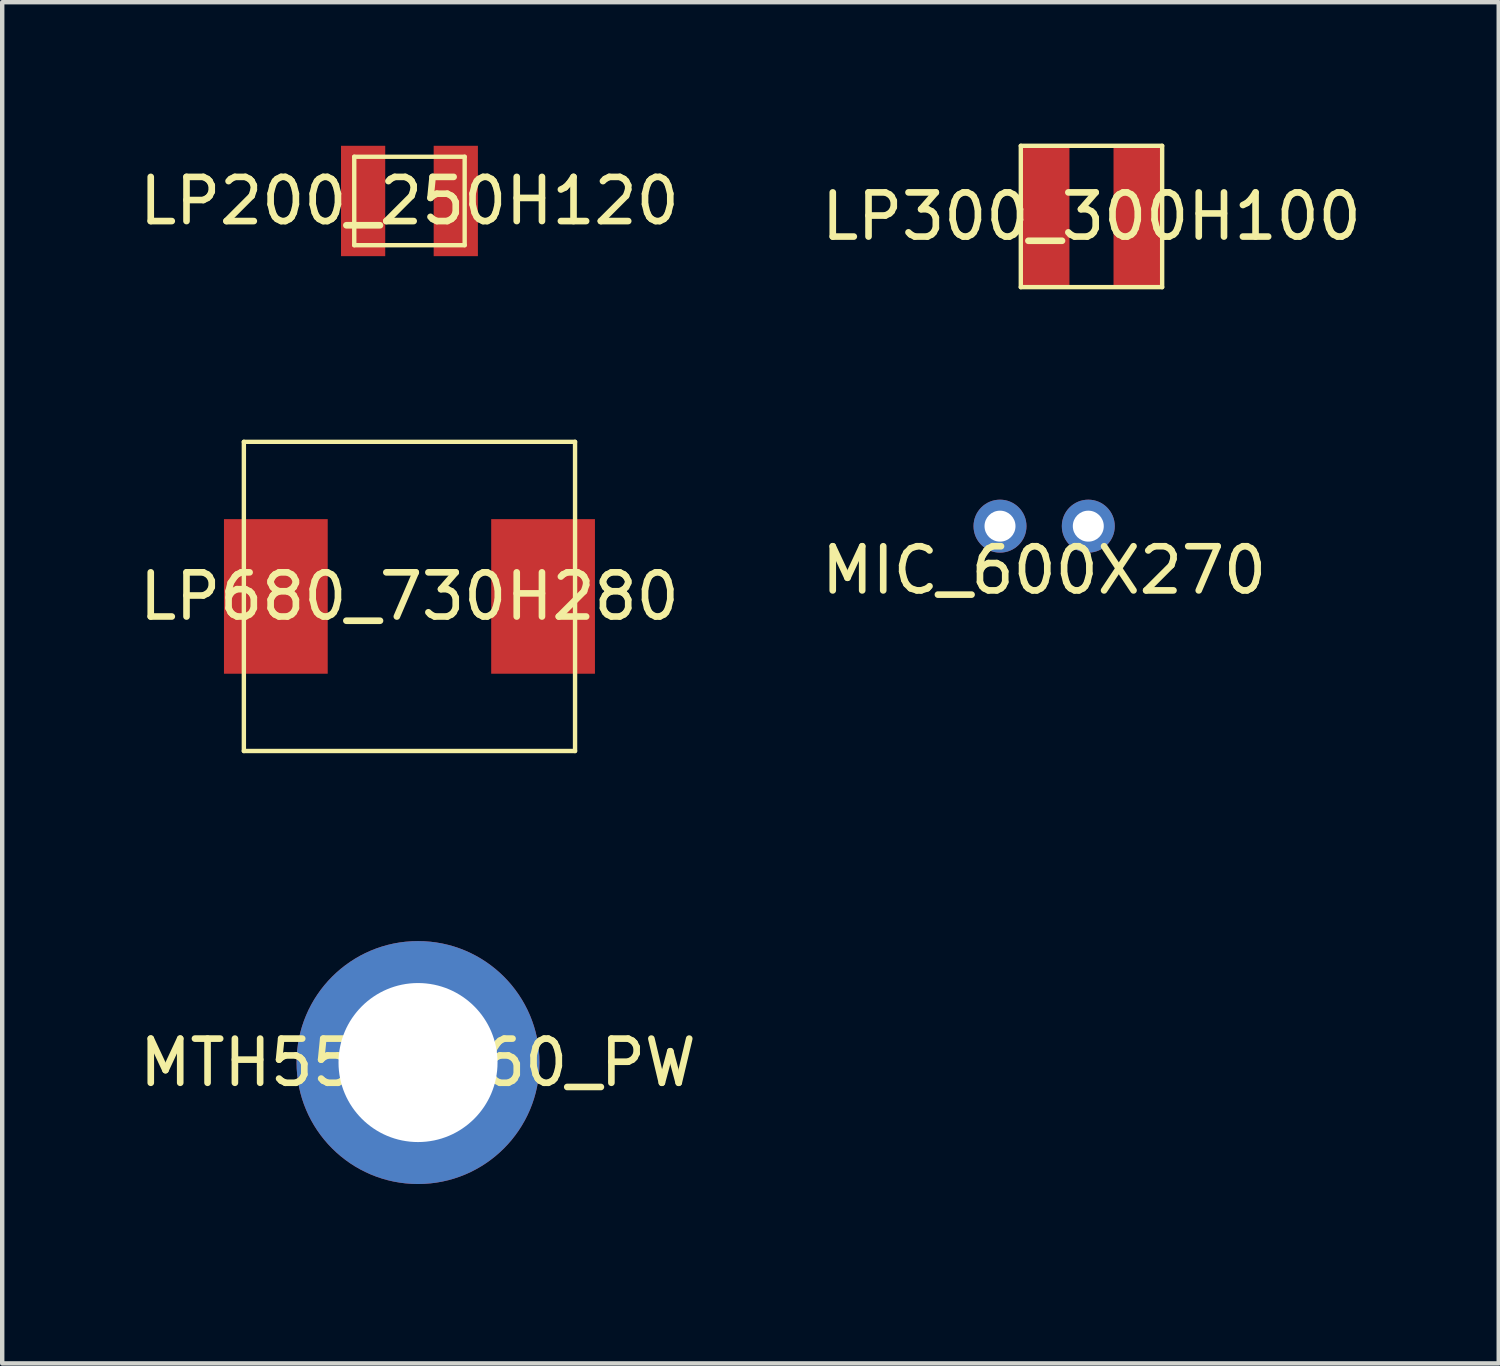
<source format=kicad_pcb>
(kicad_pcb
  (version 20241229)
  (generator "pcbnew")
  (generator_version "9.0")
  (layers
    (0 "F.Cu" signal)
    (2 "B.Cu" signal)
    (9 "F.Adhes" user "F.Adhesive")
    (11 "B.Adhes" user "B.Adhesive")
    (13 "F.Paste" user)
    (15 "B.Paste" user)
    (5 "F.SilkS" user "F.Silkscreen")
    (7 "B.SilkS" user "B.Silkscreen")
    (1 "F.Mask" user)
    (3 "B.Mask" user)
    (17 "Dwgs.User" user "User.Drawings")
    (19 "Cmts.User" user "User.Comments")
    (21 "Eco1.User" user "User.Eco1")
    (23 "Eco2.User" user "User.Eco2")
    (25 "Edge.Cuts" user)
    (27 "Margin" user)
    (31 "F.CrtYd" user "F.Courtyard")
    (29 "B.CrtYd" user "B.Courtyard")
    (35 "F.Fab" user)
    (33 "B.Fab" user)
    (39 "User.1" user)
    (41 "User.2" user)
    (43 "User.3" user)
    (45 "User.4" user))
  (footprint "MIC_600X270"
    (layer "F.Cu")
    (at 20.589 9.862)
    (property "Reference" "MIC_600X270" (at 0 0 0) (layer "F.SilkS") (effects (font (size 1 1) (thickness 0.15))))
    (fp_line (start 2.75 -2.999) (end 2.75 -2.501) (stroke (width 0.15) (type default)) (layer "User.1"))
    (fp_line (start 2.999 -2.75) (end 2.501 -2.75) (stroke (width 0.15) (type default)) (layer "User.1"))
    (fp_circle (center 0 0) (end 3.1 0) (stroke (width 0.025) (type default)) (fill no) (layer "User.1"))
    (fp_poly (pts (xy -3.11 0) (xy -3.072 0.486) (xy -2.958 0.961) (xy -2.771 1.412) (xy -2.516 1.828) (xy -2.199 2.199) (xy -1.828 2.516) (xy -1.412 2.771) (xy -0.961 2.958) (xy -0.486 3.072) (xy 0 3.11) (xy 0.486 3.072) (xy 0.961 2.958) (xy 1.412 2.771) (xy 1.55 2.686) (xy 1.828 2.516) (xy 2.199 2.199) (xy 2.516 1.828) (xy 2.771 1.412) (xy 2.958 0.961) (xy 3.072 0.486) (xy 3.11 0) (xy 3.072 -0.486) (xy 2.958 -0.961) (xy 2.771 -1.412) (xy 2.516 -1.828) (xy 2.199 -2.199) (xy 1.828 -2.516) (xy 1.55 -2.686) (xy 1.412 -2.771) (xy 0.961 -2.958) (xy 0.486 -3.072) (xy 0 -3.11) (xy -0.486 -3.072) (xy -0.961 -2.958) (xy -1.412 -2.771) (xy -1.828 -2.516) (xy -2.199 -2.199) (xy -2.516 -1.828) (xy -2.771 -1.412) (xy -2.958 -0.961) (xy -3.072 -0.486)) (stroke (width 0.1) (type default)) (fill no) (layer "User.1"))
    (fp_poly (pts (xy -3.11 0) (xy -3.072 0.486) (xy -2.958 0.961) (xy -2.771 1.412) (xy -2.516 1.828) (xy -2.199 2.199) (xy -1.828 2.516) (xy -1.412 2.771) (xy -0.961 2.958) (xy -0.486 3.072) (xy 0 3.11) (xy 0.486 3.072) (xy 0.961 2.958) (xy 1.412 2.771) (xy 1.55 2.686) (xy 1.828 2.516) (xy 2.199 2.199) (xy 2.516 1.828) (xy 2.771 1.412) (xy 2.958 0.961) (xy 3.072 0.486) (xy 3.11 0) (xy 3.072 -0.486) (xy 2.958 -0.961) (xy 2.771 -1.412) (xy 2.516 -1.828) (xy 2.199 -2.199) (xy 1.828 -2.516) (xy 1.55 -2.686) (xy 1.412 -2.771) (xy 0.961 -2.958) (xy 0.486 -3.072) (xy 0 -3.11) (xy -0.486 -3.072) (xy -0.961 -2.958) (xy -1.412 -2.771) (xy -1.828 -2.516) (xy -2.199 -2.199) (xy -2.516 -1.828) (xy -2.771 -1.412) (xy -2.958 -0.961) (xy -3.072 -0.486)) (stroke (width 0.1) (type default)) (fill no) (layer "User.1"))
    (pad "1" thru_hole circle (at 1 -1 180) (size 1.199 1.199) (drill 0.701) (layers "*.Cu" "*.Mask"))
    (pad "2" thru_hole circle (at -0.999 -1 180) (size 1.199 1.199) (drill 0.701) (layers "*.Cu" "*.Mask")))
  (footprint "LP680_730H280"
    (layer "F.Cu")
    (at 6.22 10.453)
    (property "Reference" "LP680_730H280" (at 0 0 0) (layer "F.SilkS") (effects (font (size 1 1) (thickness 0.15))))
    (fp_line (start -3.749 -3.5) (end -3.749 3.5) (stroke (width 0.099) (type default)) (layer "F.SilkS"))
    (fp_line (start -3.749 -3.5) (end 3.749 -3.5) (stroke (width 0.099) (type default)) (layer "F.SilkS"))
    (fp_line (start -3.749 3.5) (end 3.749 3.5) (stroke (width 0.099) (type default)) (layer "F.SilkS"))
    (fp_line (start 3.749 -3.5) (end 3.749 3.5) (stroke (width 0.099) (type default)) (layer "F.SilkS"))
    (fp_poly (pts (xy -4.201 -1.75) (xy -2.634 -1.75) (xy -1.849 -0.968) (xy -1.849 0.968) (xy -2.634 1.75) (xy -4.201 1.75)) (stroke (width 0) (type default)) (fill yes) (layer "F.Paste"))
    (fp_poly (pts (xy 4.201 1.75) (xy 2.634 1.75) (xy 1.849 0.968) (xy 1.849 -0.968) (xy 2.634 -1.75) (xy 4.201 -1.75)) (stroke (width 0) (type default)) (fill yes) (layer "F.Paste"))
    (fp_line (start -4.399 -3.701) (end -4.399 3.701) (stroke (width 0.025) (type default)) (layer "User.1"))
    (fp_line (start -4.399 -3.701) (end 4.399 -3.701) (stroke (width 0.025) (type default)) (layer "User.1"))
    (fp_line (start -4.399 3.701) (end 4.399 3.701) (stroke (width 0.025) (type default)) (layer "User.1"))
    (fp_line (start 4.399 -3.701) (end 4.399 3.701) (stroke (width 0.025) (type default)) (layer "User.1"))
    (fp_poly (pts (xy -3.749 -3.5) (xy -3.749 3.5) (xy 3.749 3.5) (xy 3.749 -3.5)) (stroke (width 0.1) (type default)) (fill no) (layer "User.1"))
    (fp_poly (pts (xy -3.749 -3.5) (xy -3.749 3.5) (xy 3.749 3.5) (xy 3.749 -3.5)) (stroke (width 0.1) (type default)) (fill no) (layer "User.1"))
    (fp_poly (pts (xy -3.749 -3.701) (xy 4.399 -3.701) (xy 4.399 3.701) (xy -4.399 3.701) (xy -4.399 -3.701) (xy -3.769 -3.701) (xy -3.769 3.521) (xy 3.769 3.521) (xy 3.769 -3.521) (xy -3.749 -3.521)) (stroke (width 0.1) (type default)) (fill no) (layer "User.1"))
    (fp_poly (pts (xy -3.749 -3.701) (xy 4.399 -3.701) (xy 4.399 3.701) (xy -4.399 3.701) (xy -4.399 -3.701) (xy -3.769 -3.701) (xy -3.769 3.521) (xy 3.769 3.521) (xy 3.769 -3.521) (xy -3.749 -3.521)) (stroke (width 0.1) (type default)) (fill no) (layer "User.1"))
    (pad "1" smd rect (at -3.025 0 270) (size 3.5 2.349) (layers "F.Cu" "F.Mask" "F.Paste"))
    (pad "2" smd rect (at 3.025 0 270) (size 3.5 2.349) (layers "F.Cu" "F.Mask" "F.Paste"))
    (zone (net_name "") (layer "F.Cu") (hatch edge 0.5) (connect_pads) (min_thickness 0.25) (filled_areas_thickness no) (keepout (tracks not_allowed) (vias not_allowed) (pads not_allowed) (copperpour not_allowed) (footprints allowed)) (placement (enabled no)) (fill) (polygon (pts (xy 7.97 13.854) (xy 4.47 13.854) (xy 4.47 7.052) (xy 7.97 7.052)))))
  (footprint "LP300_300H100"
    (layer "F.Cu")
    (at 21.661 1.851)
    (property "Reference" "LP300_300H100" (at 0 0 0) (layer "F.SilkS") (effects (font (size 1 1) (thickness 0.15))))
    (fp_line (start -1.6 1.6) (end -1.6 -1.6) (stroke (width 0.099) (type default)) (layer "F.SilkS"))
    (fp_line (start 1.6 -1.6) (end -1.6 -1.6) (stroke (width 0.099) (type default)) (layer "F.SilkS"))
    (fp_line (start 1.6 1.6) (end -1.6 1.6) (stroke (width 0.099) (type default)) (layer "F.SilkS"))
    (fp_line (start 1.6 1.6) (end 1.6 -1.6) (stroke (width 0.099) (type default)) (layer "F.SilkS"))
    (fp_poly (pts (xy -1.6 1.6) (xy -1.6 -1.6) (xy -0.899 -1.6) (xy -0.498 -0.5) (xy -0.498 0.5) (xy -0.899 1.6)) (stroke (width 0) (type default)) (fill yes) (layer "F.Paste"))
    (fp_poly (pts (xy 1.6 -1.6) (xy 1.6 1.6) (xy 0.899 1.6) (xy 0.498 0.5) (xy 0.498 -0.5) (xy 0.899 -1.6)) (stroke (width 0) (type default)) (fill yes) (layer "F.Paste"))
    (fp_line (start -1.801 1.801) (end -1.801 -1.801) (stroke (width 0.025) (type default)) (layer "User.1"))
    (fp_line (start 1.801 -1.801) (end -1.801 -1.801) (stroke (width 0.025) (type default)) (layer "User.1"))
    (fp_line (start 1.801 1.801) (end -1.801 1.801) (stroke (width 0.025) (type default)) (layer "User.1"))
    (fp_line (start 1.801 1.801) (end 1.801 -1.801) (stroke (width 0.025) (type default)) (layer "User.1"))
    (fp_poly (pts (xy -1.6 1.6) (xy 1.6 1.6) (xy 1.6 -1.6) (xy -1.6 -1.6)) (stroke (width 0.1) (type default)) (fill no) (layer "User.1"))
    (fp_poly (pts (xy -1.6 1.6) (xy 1.6 1.6) (xy 1.6 -1.6) (xy -1.6 -1.6)) (stroke (width 0.1) (type default)) (fill no) (layer "User.1"))
    (fp_poly (pts (xy -1.801 1.801) (xy -1.631 1.801) (xy -1.631 -1.641) (xy 1.631 -1.641) (xy 1.631 1.631) (xy -1.611 1.631) (xy -1.611 1.801) (xy 1.801 1.801) (xy 1.801 -1.801) (xy -1.801 -1.801)) (stroke (width 0.1) (type default)) (fill no) (layer "User.1"))
    (fp_poly (pts (xy -1.801 1.801) (xy -1.631 1.801) (xy -1.631 -1.641) (xy 1.631 -1.641) (xy 1.631 1.631) (xy -1.611 1.631) (xy -1.611 1.801) (xy 1.801 1.801) (xy 1.801 -1.801) (xy -1.801 -1.801)) (stroke (width 0.1) (type default)) (fill no) (layer "User.1"))
    (pad "1" smd rect (at -1.049 0 90) (size 3.2 1.1) (layers "F.Cu" "F.Mask" "F.Paste"))
    (pad "2" smd rect (at 1.049 0 90) (size 3.2 1.1) (layers "F.Cu" "F.Mask" "F.Paste"))
    (zone (net_name "") (layer "F.Cu") (hatch edge 0.5) (connect_pads) (min_thickness 0.25) (filled_areas_thickness no) (keepout (tracks not_allowed) (vias not_allowed) (pads not_allowed) (copperpour not_allowed) (footprints allowed)) (placement (enabled no)) (fill) (polygon (pts (xy 22.151 3.451) (xy 21.171 3.451) (xy 21.171 0.251) (xy 22.151 0.251)))))
  (footprint "MTH550D360_PW"
    (layer "F.Cu")
    (at 6.411 21.009)
    (property "Reference" "MTH550D360_PW" (at 0 0 0) (layer "F.SilkS") (effects (font (size 1 1) (thickness 0.15))))
    (fp_poly (pts (arc (start 2.268 -1.561) (mid 2.752302 -0.001946) (end 2.2675 1.557)) (xy 1.66 0.95) (xy 0.953 1.657) (arc (start 1.5605 2.264) (mid 0.001946 2.747843) (end -1.5565 2.2635)) (xy -0.945 1.651) (xy -1.651 0.945) (arc (start -2.263 1.5565) (mid -2.747586 -0.002294) (end -2.263 -1.561)) (arc (start -1.574 -0.8715) (mid 1.275478 1.270308) (end -0.8665 -1.5785)) (arc (start -1.5565 -2.268) (mid 0.002294 -2.752586) (end 1.561 -2.268)) (xy 0.955 -1.661) (xy 1.661 -0.954)) (stroke (width 0) (type default)) (fill yes) (layer "F.Paste"))
    (fp_circle (center 0.003 -0.003) (end 3.752 -0.003) (stroke (width 0.025) (type default)) (fill no) (layer "User.1"))
    (fp_circle (center 0.003 -0.003) (end 3.752 -0.003) (stroke (width 0.025) (type default)) (fill no) (layer "User.1"))
    (fp_poly (pts (xy 2.761 -0.003) (xy 2.727 -0.434) (xy 2.626 -0.855) (xy 2.461 -1.254) (xy 2.235 -1.623) (xy 1.953 -1.953) (xy 1.624 -2.234) (xy 1.255 -2.46) (xy 0.855 -2.626) (xy 0.434 -2.727) (xy 0.003 -2.761) (xy -0.429 -2.727) (xy -0.85 -2.626) (xy -1.25 -2.46) (xy -1.373 -2.385) (xy -1.619 -2.234) (xy -1.948 -1.953) (xy -2.229 -1.623) (xy -2.455 -1.254) (xy -2.621 -0.855) (xy -2.722 -0.434) (xy -2.756 -0.003) (xy -2.722 0.429) (xy -2.621 0.85) (xy -2.455 1.25) (xy -2.229 1.619) (xy -1.948 1.948) (xy -1.619 2.229) (xy -1.373 2.38) (xy -1.25 2.455) (xy -0.85 2.622) (xy -0.429 2.723) (xy 0.003 2.756) (xy 0.434 2.723) (xy 0.855 2.622) (xy 1.255 2.455) (xy 1.624 2.229) (xy 1.953 1.948) (xy 2.235 1.619) (xy 2.461 1.25) (xy 2.626 0.85) (xy 2.727 0.429)) (stroke (width 0.1) (type default)) (fill no) (layer "User.1"))
    (fp_poly (pts (xy 2.761 -0.003) (xy 2.727 -0.434) (xy 2.626 -0.855) (xy 2.461 -1.254) (xy 2.235 -1.623) (xy 1.953 -1.953) (xy 1.624 -2.234) (xy 1.255 -2.46) (xy 0.855 -2.626) (xy 0.434 -2.727) (xy 0.003 -2.761) (xy -0.429 -2.727) (xy -0.85 -2.626) (xy -1.25 -2.46) (xy -1.373 -2.385) (xy -1.619 -2.234) (xy -1.948 -1.953) (xy -2.229 -1.623) (xy -2.455 -1.254) (xy -2.621 -0.855) (xy -2.722 -0.434) (xy -2.756 -0.003) (xy -2.722 0.429) (xy -2.621 0.85) (xy -2.455 1.25) (xy -2.229 1.619) (xy -1.948 1.948) (xy -1.619 2.229) (xy -1.373 2.38) (xy -1.25 2.455) (xy -0.85 2.622) (xy -0.429 2.723) (xy 0.003 2.756) (xy 0.434 2.723) (xy 0.855 2.622) (xy 1.255 2.455) (xy 1.624 2.229) (xy 1.953 1.948) (xy 2.235 1.619) (xy 2.461 1.25) (xy 2.626 0.85) (xy 2.727 0.429)) (stroke (width 0.1) (type default)) (fill no) (layer "User.1"))
    (fp_poly (pts (xy 2.761 -0.003) (xy 2.727 -0.434) (xy 2.626 -0.855) (xy 2.461 -1.254) (xy 2.235 -1.623) (xy 1.953 -1.953) (xy 1.624 -2.234) (xy 1.255 -2.46) (xy 0.855 -2.626) (xy 0.434 -2.727) (xy 0.003 -2.761) (xy -0.429 -2.727) (xy -0.85 -2.626) (xy -1.25 -2.46) (xy -1.373 -2.385) (xy -1.619 -2.234) (xy -1.948 -1.953) (xy -2.229 -1.623) (xy -2.455 -1.254) (xy -2.621 -0.855) (xy -2.722 -0.434) (xy -2.756 -0.003) (xy -2.722 0.429) (xy -2.621 0.85) (xy -2.455 1.25) (xy -2.229 1.619) (xy -1.948 1.948) (xy -1.619 2.229) (xy -1.373 2.38) (xy -1.25 2.455) (xy -0.85 2.622) (xy -0.429 2.723) (xy 0.003 2.756) (xy 0.434 2.723) (xy 0.855 2.622) (xy 1.255 2.455) (xy 1.624 2.229) (xy 1.953 1.948) (xy 2.235 1.619) (xy 2.461 1.25) (xy 2.626 0.85) (xy 2.727 0.429)) (stroke (width 0.1) (type default)) (fill no) (layer "User.1"))
    (fp_poly (pts (xy 2.761 -0.003) (xy 2.727 -0.434) (xy 2.626 -0.855) (xy 2.461 -1.254) (xy 2.235 -1.623) (xy 1.953 -1.953) (xy 1.624 -2.234) (xy 1.255 -2.46) (xy 0.855 -2.626) (xy 0.434 -2.727) (xy 0.003 -2.761) (xy -0.429 -2.727) (xy -0.85 -2.626) (xy -1.25 -2.46) (xy -1.373 -2.385) (xy -1.619 -2.234) (xy -1.948 -1.953) (xy -2.229 -1.623) (xy -2.455 -1.254) (xy -2.621 -0.855) (xy -2.722 -0.434) (xy -2.756 -0.003) (xy -2.722 0.429) (xy -2.621 0.85) (xy -2.455 1.25) (xy -2.229 1.619) (xy -1.948 1.948) (xy -1.619 2.229) (xy -1.373 2.38) (xy -1.25 2.455) (xy -0.85 2.622) (xy -0.429 2.723) (xy 0.003 2.756) (xy 0.434 2.723) (xy 0.855 2.622) (xy 1.255 2.455) (xy 1.624 2.229) (xy 1.953 1.948) (xy 2.235 1.619) (xy 2.461 1.25) (xy 2.626 0.85) (xy 2.727 0.429)) (stroke (width 0.1) (type default)) (fill no) (layer "User.1"))
    (fp_poly (pts (xy -1.942 -2.018) (xy -2.614 -2.689) (xy -2.403 -2.894) (xy -1.923 -3.233) (xy -1.397 -3.494) (xy -0.836 -3.67) (xy -0.254 -3.755) (xy 0.334 -3.749) (xy 0.913 -3.652) (xy 1.47 -3.466) (xy 1.992 -3.195) (xy 2.465 -2.845) (xy 2.878 -2.427) (xy 3.22 -1.95) (xy 3.485 -1.425) (xy 3.663 -0.865) (xy 3.753 -0.284) (xy 3.752 0.304) (xy 3.658 0.884) (xy 3.475 1.443) (xy 3.208 1.966) (xy 2.862 2.442) (xy 2.446 2.857) (xy 1.971 3.203) (xy 1.448 3.47) (xy 0.889 3.653) (xy 0.308 3.747) (xy -0.279 3.748) (xy -0.86 3.659) (xy -1.419 3.48) (xy -1.945 3.216) (xy -2.422 2.873) (xy -2.841 2.461) (xy -3.189 1.988) (xy -3.461 1.466) (xy -3.647 0.908) (xy -3.744 0.329) (xy -3.751 -0.259) (xy -3.664 -0.841) (xy -3.489 -1.401) (xy -3.228 -1.928) (xy -2.889 -2.408) (xy -2.684 -2.619) (xy -2.013 -1.946) (xy -2.174 -1.764) (xy -2.445 -1.363) (xy -2.643 -0.919) (xy -2.761 -0.449) (xy -2.797 0.035) (xy -2.749 0.518) (xy -2.618 0.985) (xy -2.408 1.423) (xy -2.126 1.817) (xy -1.779 2.158) (xy -1.379 2.433) (xy -0.939 2.635) (xy -0.469 2.757) (xy 0.015 2.797) (xy 0.498 2.753) (xy 0.967 2.627) (xy 1.406 2.421) (xy 1.803 2.142) (xy 2.147 1.798) (xy 2.425 1.401) (xy 2.631 0.962) (xy 2.758 0.493) (xy 2.803 0.01) (xy 2.763 -0.473) (xy 2.639 -0.943) (xy 2.438 -1.385) (xy 2.163 -1.784) (xy 1.823 -2.131) (xy 1.427 -2.413) (xy 0.99 -2.623) (xy 0.522 -2.753) (xy 0.04 -2.802) (xy -0.444 -2.767) (xy -0.914 -2.648) (xy -1.357 -2.45) (xy -1.76 -2.178)) (stroke (width 0.1) (type default)) (fill no) (layer "User.1"))
    (fp_poly (pts (xy -1.942 -2.018) (xy -2.614 -2.689) (xy -2.402 -2.893) (xy -1.922 -3.232) (xy -1.395 -3.492) (xy -0.834 -3.666) (xy -0.252 -3.751) (xy 0.336 -3.744) (xy 0.915 -3.646) (xy 1.472 -3.458) (xy 1.994 -3.186) (xy 2.466 -2.837) (xy 2.878 -2.417) (xy 3.22 -1.939) (xy 3.483 -1.413) (xy 3.661 -0.854) (xy 3.749 -0.272) (xy 3.747 0.316) (xy 3.652 0.895) (xy 3.468 1.454) (xy 3.2 1.977) (xy 2.853 2.451) (xy 2.437 2.866) (xy 1.96 3.211) (xy 1.437 3.478) (xy 0.878 3.659) (xy 0.297 3.752) (xy -0.29 3.753) (xy -0.871 3.662) (xy -1.431 3.482) (xy -1.955 3.217) (xy -2.432 2.874) (xy -2.849 2.46) (xy -3.198 1.986) (xy -3.468 1.464) (xy -3.654 0.907) (xy -3.749 0.327) (xy -3.755 -0.261) (xy -3.667 -0.842) (xy -3.491 -1.403) (xy -3.23 -1.929) (xy -2.889 -2.409) (xy -2.684 -2.619) (xy -2.013 -1.946) (xy -2.174 -1.765) (xy -2.446 -1.363) (xy -2.645 -0.92) (xy -2.764 -0.45) (xy -2.801 0.034) (xy -2.753 0.516) (xy -2.623 0.984) (xy -2.413 1.422) (xy -2.132 1.817) (xy -1.786 2.158) (xy -1.387 2.434) (xy -0.947 2.637) (xy -0.477 2.76) (xy 0.006 2.801) (xy 0.49 2.758) (xy 0.959 2.631) (xy 1.399 2.426) (xy 1.796 2.148) (xy 2.14 1.806) (xy 2.42 1.409) (xy 2.626 0.97) (xy 2.754 0.502) (xy 2.799 0.018) (xy 2.76 -0.465) (xy 2.638 -0.934) (xy 2.437 -1.377) (xy 2.163 -1.776) (xy 1.823 -2.123) (xy 1.429 -2.406) (xy 0.992 -2.617) (xy 0.524 -2.749) (xy 0.042 -2.799) (xy -0.443 -2.764) (xy -0.913 -2.646) (xy -1.357 -2.449) (xy -1.76 -2.178)) (stroke (width 0.1) (type default)) (fill no) (layer "User.1"))
    (fp_poly (pts (arc (start -2.0125 -1.9465) (mid 1.975256 1.984255) (end -1.9415 -2.0175)) (arc (start -2.6135 -2.689) (mid 2.645172 2.658924) (end -2.6845 -2.6185))) (stroke (width 0.1) (type default)) (fill no) (layer "User.1"))
    (fp_poly (pts (arc (start -2.0125 -1.9465) (mid 1.982446 1.977191) (end -1.942 -2.0175)) (arc (start -2.6135 -2.689) (mid 2.654108 2.648861) (end -2.6845 -2.6185))) (stroke (width 0.1) (type default)) (fill no) (layer "User.1"))
    (pad "1" thru_hole circle (at 0.003 -0.003) (size 5.5 5.5) (drill 3.6) (layers "*.Cu" "*.Mask")))
  (footprint "LP200_250H120"
    (layer "F.Cu")
    (at 6.22 1.5)
    (property "Reference" "LP200_250H120" (at 0 0 0) (layer "F.SilkS") (effects (font (size 1 1) (thickness 0.15))))
    (fp_line (start -1.25 -1.001) (end 1.25 -1.001) (stroke (width 0.099) (type default)) (layer "F.SilkS"))
    (fp_line (start -1.25 1.001) (end -1.25 -1.001) (stroke (width 0.099) (type default)) (layer "F.SilkS"))
    (fp_line (start -1.25 1.001) (end 1.25 1.001) (stroke (width 0.099) (type default)) (layer "F.SilkS"))
    (fp_line (start 1.25 1.001) (end 1.25 -1.001) (stroke (width 0.099) (type default)) (layer "F.SilkS"))
    (fp_poly (pts (xy -1.55 1.25) (xy -1.55 -1.25) (xy -0.889 -1.25) (xy -0.548 -0.414) (xy -0.548 0.414) (xy -0.889 1.25)) (stroke (width 0) (type default)) (fill yes) (layer "F.Paste"))
    (fp_poly (pts (xy 1.55 -1.25) (xy 1.55 1.25) (xy 0.889 1.25) (xy 0.548 0.414) (xy 0.548 -0.414) (xy 0.889 -1.25)) (stroke (width 0) (type default)) (fill yes) (layer "F.Paste"))
    (fp_line (start -1.75 -1.45) (end 1.75 -1.45) (stroke (width 0.025) (type default)) (layer "User.1"))
    (fp_line (start -1.75 1.45) (end -1.75 -1.45) (stroke (width 0.025) (type default)) (layer "User.1"))
    (fp_line (start -1.75 1.45) (end 1.75 1.45) (stroke (width 0.025) (type default)) (layer "User.1"))
    (fp_line (start 1.75 1.45) (end 1.75 -1.45) (stroke (width 0.025) (type default)) (layer "User.1"))
    (fp_poly (pts (xy -1.25 -1.001) (xy -1.25 1.001) (xy 1.25 1.001) (xy 1.25 -1.001)) (stroke (width 0.1) (type default)) (fill no) (layer "User.1"))
    (fp_poly (pts (xy -1.25 -1.001) (xy -1.25 1.001) (xy 1.25 1.001) (xy 1.25 -1.001)) (stroke (width 0.1) (type default)) (fill no) (layer "User.1"))
    (fp_poly (pts (xy -1.75 1.45) (xy 1.75 1.45) (xy 1.75 -1.45) (xy -1.25 -1.45) (xy -1.25 -1.031) (xy 1.26 -1.031) (xy 1.26 1.011) (xy -1.27 1.011) (xy -1.27 -1.45) (xy -1.75 -1.45)) (stroke (width 0.1) (type default)) (fill no) (layer "User.1"))
    (fp_poly (pts (xy -1.75 1.45) (xy 1.75 1.45) (xy 1.75 -1.45) (xy -1.25 -1.45) (xy -1.25 -1.031) (xy 1.26 -1.031) (xy 1.26 1.011) (xy -1.27 1.011) (xy -1.27 -1.45) (xy -1.75 -1.45)) (stroke (width 0.1) (type default)) (fill no) (layer "User.1"))
    (pad "1" smd rect (at -1.049 0) (size 1.001 2.499) (layers "F.Cu" "F.Mask" "F.Paste"))
    (pad "2" smd rect (at 1.049 0) (size 1.001 2.499) (layers "F.Cu" "F.Mask" "F.Paste"))
    (zone (net_name "") (layer "F.Cu") (hatch edge 0.5) (connect_pads) (min_thickness 0.25) (filled_areas_thickness no) (keepout (tracks not_allowed) (vias not_allowed) (pads not_allowed) (copperpour not_allowed) (footprints allowed)) (placement (enabled no)) (fill) (polygon (pts (xy 6.771 2.75) (xy 5.669 2.75) (xy 5.669 0.251) (xy 6.771 0.251)))))
  (gr_rect
    (start -3 -3)
    (end 30.881 27.817)
    (stroke (width 0.1) (type default))
    (fill no)
    (layer "Edge.Cuts")))
</source>
